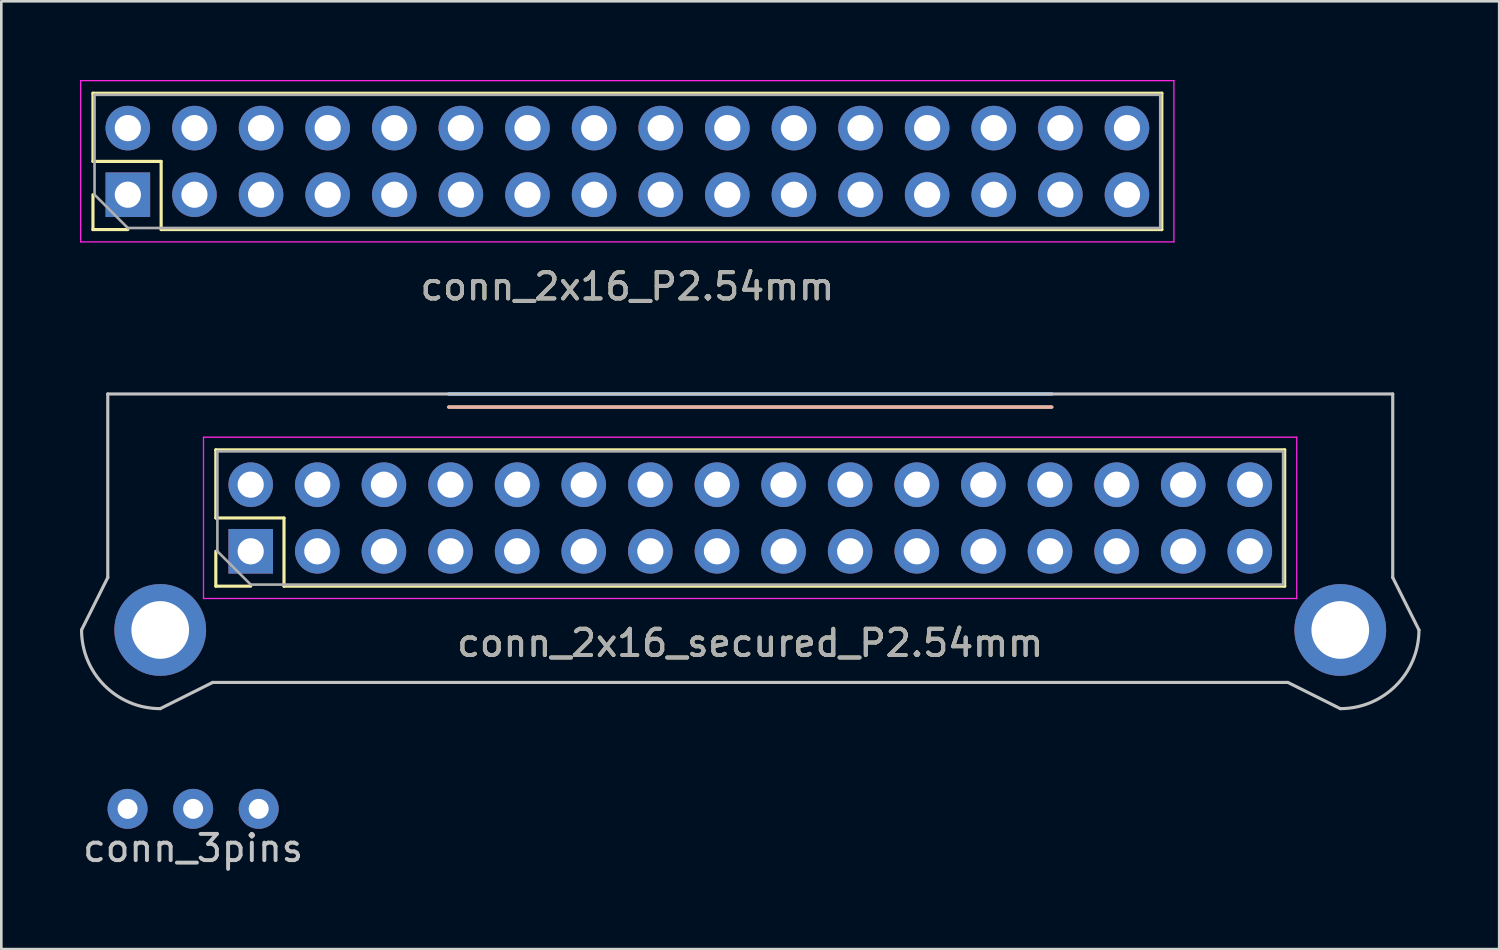
<source format=kicad_pcb>
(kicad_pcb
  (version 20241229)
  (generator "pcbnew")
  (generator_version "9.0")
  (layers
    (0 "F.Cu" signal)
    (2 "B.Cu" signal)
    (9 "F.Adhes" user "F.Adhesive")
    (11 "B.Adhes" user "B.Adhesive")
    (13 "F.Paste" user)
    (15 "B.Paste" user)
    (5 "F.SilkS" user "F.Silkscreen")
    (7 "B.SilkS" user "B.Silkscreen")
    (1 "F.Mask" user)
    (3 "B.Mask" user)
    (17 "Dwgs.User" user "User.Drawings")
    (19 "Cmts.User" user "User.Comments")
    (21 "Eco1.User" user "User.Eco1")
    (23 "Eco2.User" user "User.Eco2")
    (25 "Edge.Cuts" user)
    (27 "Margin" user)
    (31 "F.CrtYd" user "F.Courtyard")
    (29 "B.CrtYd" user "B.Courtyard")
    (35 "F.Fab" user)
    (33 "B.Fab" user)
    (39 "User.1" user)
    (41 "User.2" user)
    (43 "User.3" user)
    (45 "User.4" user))
  (footprint "conn_2x16_secured_P2.54mm"
    (layer "F.Cu")
    (at 25.56 11.973)
    (property "Reference" "conn_2x16_secured_P2.54mm" (at 0 9.5 0) (layer "F.SilkS") (effects (font (size 1 1) (thickness 0.15))))
    (attr through_hole)
    (fp_line (start -20.38 2.13) (end 20.38 2.13) (stroke (width 0.12) (type solid)) (layer "F.SilkS"))
    (fp_line (start -20.38 4.73) (end -20.38 2.13) (stroke (width 0.12) (type solid)) (layer "F.SilkS"))
    (fp_line (start -20.38 7.33) (end -20.38 6) (stroke (width 0.12) (type solid)) (layer "F.SilkS"))
    (fp_line (start -19.05 7.33) (end -20.38 7.33) (stroke (width 0.12) (type solid)) (layer "F.SilkS"))
    (fp_line (start -17.78 4.73) (end -20.38 4.73) (stroke (width 0.12) (type solid)) (layer "F.SilkS"))
    (fp_line (start -17.78 7.33) (end -17.78 4.73) (stroke (width 0.12) (type solid)) (layer "F.SilkS"))
    (fp_line (start -17.78 7.33) (end 20.38 7.33) (stroke (width 0.12) (type solid)) (layer "F.SilkS"))
    (fp_line (start -11.5 0.5) (end 11.5 0.5) (stroke (width 0.12) (type solid)) (layer "F.SilkS"))
    (fp_line (start 20.38 7.33) (end 20.38 2.13) (stroke (width 0.12) (type solid)) (layer "F.SilkS"))
    (fp_line (start -11.5 0.5) (end 11.5 0.5) (stroke (width 0.12) (type solid)) (layer "B.SilkS"))
    (fp_line (start -25.5 9) (end -24.5 7) (stroke (width 0.12) (type solid)) (layer "Dwgs.User"))
    (fp_line (start -24.5 7) (end -24.5 0) (stroke (width 0.12) (type solid)) (layer "Dwgs.User"))
    (fp_line (start -22.5 12) (end -20.5 11) (stroke (width 0.12) (type solid)) (layer "Dwgs.User"))
    (fp_line (start -20.5 11) (end 20.5 11) (stroke (width 0.12) (type solid)) (layer "Dwgs.User"))
    (fp_line (start 20.5 11) (end 22.5 12) (stroke (width 0.12) (type solid)) (layer "Dwgs.User"))
    (fp_line (start 24.5 0) (end -24.5 0) (stroke (width 0.12) (type solid)) (layer "Dwgs.User"))
    (fp_line (start 24.5 7) (end 24.5 0) (stroke (width 0.12) (type solid)) (layer "Dwgs.User"))
    (fp_line (start 24.5 7) (end 25.5 9) (stroke (width 0.12) (type solid)) (layer "Dwgs.User"))
    (fp_arc (start -22.5 12) (mid -24.62132 11.12132) (end -25.5 9) (stroke (width 0.12) (type solid)) (layer "Dwgs.User"))
    (fp_arc (start 25.5 9) (mid 24.62132 11.12132) (end 22.5 12) (stroke (width 0.12) (type solid)) (layer "Dwgs.User"))
    (fp_line (start -11.5 0) (end 11.5 0) (stroke (width 0.12) (type solid)) (layer "B.CrtYd"))
    (fp_line (start -20.85 1.65) (end -20.85 7.8) (stroke (width 0.05) (type solid)) (layer "F.CrtYd"))
    (fp_line (start -20.85 7.8) (end 20.84 7.8) (stroke (width 0.05) (type solid)) (layer "F.CrtYd"))
    (fp_line (start -11.5 0) (end 11.5 0) (stroke (width 0.12) (type solid)) (layer "F.CrtYd"))
    (fp_line (start 20.84 1.65) (end -20.85 1.65) (stroke (width 0.05) (type solid)) (layer "F.CrtYd"))
    (fp_line (start 20.84 7.8) (end 20.84 1.65) (stroke (width 0.05) (type solid)) (layer "F.CrtYd"))
    (fp_line (start -20.32 2.19) (end 20.32 2.19) (stroke (width 0.1) (type solid)) (layer "F.Fab"))
    (fp_line (start -20.32 6) (end -20.32 2.19) (stroke (width 0.1) (type solid)) (layer "F.Fab"))
    (fp_line (start -19.05 7.27) (end -20.32 6) (stroke (width 0.1) (type solid)) (layer "F.Fab"))
    (fp_line (start 20.32 2.19) (end 20.32 7.27) (stroke (width 0.1) (type solid)) (layer "F.Fab"))
    (fp_line (start 20.32 7.27) (end -19.05 7.27) (stroke (width 0.1) (type solid)) (layer "F.Fab"))
    (fp_text user "${REFERENCE}" (at 0 9.5 180) (layer "F.Fab") (effects (font (size 1 1) (thickness 0.15))))
    (pad "" thru_hole circle (at -22.5 9 90) (size 3.5 3.5) (drill 2.2) (layers "*.Cu" "*.Mask"))
    (pad "" thru_hole circle (at 22.5 9 90) (size 3.5 3.5) (drill 2.2) (layers "*.Cu" "*.Mask"))
    (pad "1" thru_hole rect (at -19.05 6 90) (size 1.7 1.7) (drill 1) (layers "*.Cu" "*.Mask"))
    (pad "2" thru_hole oval (at -19.05 3.46 90) (size 1.7 1.7) (drill 1) (layers "*.Cu" "*.Mask"))
    (pad "3" thru_hole oval (at -16.51 6 90) (size 1.7 1.7) (drill 1) (layers "*.Cu" "*.Mask"))
    (pad "4" thru_hole oval (at -16.51 3.46 90) (size 1.7 1.7) (drill 1) (layers "*.Cu" "*.Mask"))
    (pad "5" thru_hole oval (at -13.97 6 90) (size 1.7 1.7) (drill 1) (layers "*.Cu" "*.Mask"))
    (pad "6" thru_hole oval (at -13.97 3.46 90) (size 1.7 1.7) (drill 1) (layers "*.Cu" "*.Mask"))
    (pad "7" thru_hole oval (at -11.43 6 90) (size 1.7 1.7) (drill 1) (layers "*.Cu" "*.Mask"))
    (pad "8" thru_hole oval (at -11.43 3.46 90) (size 1.7 1.7) (drill 1) (layers "*.Cu" "*.Mask"))
    (pad "9" thru_hole oval (at -8.89 6 90) (size 1.7 1.7) (drill 1) (layers "*.Cu" "*.Mask"))
    (pad "10" thru_hole oval (at -8.89 3.46 90) (size 1.7 1.7) (drill 1) (layers "*.Cu" "*.Mask"))
    (pad "11" thru_hole oval (at -6.35 6 90) (size 1.7 1.7) (drill 1) (layers "*.Cu" "*.Mask"))
    (pad "12" thru_hole oval (at -6.35 3.46 90) (size 1.7 1.7) (drill 1) (layers "*.Cu" "*.Mask"))
    (pad "13" thru_hole oval (at -3.81 6 90) (size 1.7 1.7) (drill 1) (layers "*.Cu" "*.Mask"))
    (pad "14" thru_hole oval (at -3.81 3.46 90) (size 1.7 1.7) (drill 1) (layers "*.Cu" "*.Mask"))
    (pad "15" thru_hole oval (at -1.27 6 90) (size 1.7 1.7) (drill 1) (layers "*.Cu" "*.Mask"))
    (pad "16" thru_hole oval (at -1.27 3.46 90) (size 1.7 1.7) (drill 1) (layers "*.Cu" "*.Mask"))
    (pad "17" thru_hole oval (at 1.27 6 90) (size 1.7 1.7) (drill 1) (layers "*.Cu" "*.Mask"))
    (pad "18" thru_hole oval (at 1.27 3.46 90) (size 1.7 1.7) (drill 1) (layers "*.Cu" "*.Mask"))
    (pad "19" thru_hole oval (at 3.81 6 90) (size 1.7 1.7) (drill 1) (layers "*.Cu" "*.Mask"))
    (pad "20" thru_hole oval (at 3.81 3.46 90) (size 1.7 1.7) (drill 1) (layers "*.Cu" "*.Mask"))
    (pad "21" thru_hole oval (at 6.35 6 90) (size 1.7 1.7) (drill 1) (layers "*.Cu" "*.Mask"))
    (pad "22" thru_hole oval (at 6.35 3.46 90) (size 1.7 1.7) (drill 1) (layers "*.Cu" "*.Mask"))
    (pad "23" thru_hole oval (at 8.89 6 90) (size 1.7 1.7) (drill 1) (layers "*.Cu" "*.Mask"))
    (pad "24" thru_hole oval (at 8.89 3.46 90) (size 1.7 1.7) (drill 1) (layers "*.Cu" "*.Mask"))
    (pad "25" thru_hole oval (at 11.43 6 90) (size 1.7 1.7) (drill 1) (layers "*.Cu" "*.Mask"))
    (pad "26" thru_hole oval (at 11.43 3.46 90) (size 1.7 1.7) (drill 1) (layers "*.Cu" "*.Mask"))
    (pad "27" thru_hole oval (at 13.97 6 90) (size 1.7 1.7) (drill 1) (layers "*.Cu" "*.Mask"))
    (pad "28" thru_hole oval (at 13.97 3.46 90) (size 1.7 1.7) (drill 1) (layers "*.Cu" "*.Mask"))
    (pad "29" thru_hole oval (at 16.51 6 90) (size 1.7 1.7) (drill 1) (layers "*.Cu" "*.Mask"))
    (pad "30" thru_hole oval (at 16.51 3.46 90) (size 1.7 1.7) (drill 1) (layers "*.Cu" "*.Mask"))
    (pad "31" thru_hole oval (at 19.05 6 90) (size 1.7 1.7) (drill 1) (layers "*.Cu" "*.Mask"))
    (pad "32" thru_hole oval (at 19.05 3.46 90) (size 1.7 1.7) (drill 1) (layers "*.Cu" "*.Mask")))
  (footprint "conn_2x16_P2.54mm"
    (layer "F.Cu")
    (at 20.875 2.875)
    (property "Reference" "conn_2x16_P2.54mm" (at 0 5 0) (layer "F.SilkS") (effects (font (size 1 1) (thickness 0.15))))
    (attr through_hole)
    (fp_line (start -20.38 -2.37) (end 20.38 -2.37) (stroke (width 0.12) (type solid)) (layer "F.SilkS"))
    (fp_line (start -20.38 0.23) (end -20.38 -2.37) (stroke (width 0.12) (type solid)) (layer "F.SilkS"))
    (fp_line (start -20.38 2.83) (end -20.38 1.5) (stroke (width 0.12) (type solid)) (layer "F.SilkS"))
    (fp_line (start -19.05 2.83) (end -20.38 2.83) (stroke (width 0.12) (type solid)) (layer "F.SilkS"))
    (fp_line (start -17.78 0.23) (end -20.38 0.23) (stroke (width 0.12) (type solid)) (layer "F.SilkS"))
    (fp_line (start -17.78 2.83) (end -17.78 0.23) (stroke (width 0.12) (type solid)) (layer "F.SilkS"))
    (fp_line (start -17.78 2.83) (end 20.38 2.83) (stroke (width 0.12) (type solid)) (layer "F.SilkS"))
    (fp_line (start 20.38 2.83) (end 20.38 -2.37) (stroke (width 0.12) (type solid)) (layer "F.SilkS"))
    (fp_line (start -20.85 -2.85) (end -20.85 3.3) (stroke (width 0.05) (type solid)) (layer "F.CrtYd"))
    (fp_line (start -20.85 3.3) (end 20.84 3.3) (stroke (width 0.05) (type solid)) (layer "F.CrtYd"))
    (fp_line (start 20.84 -2.85) (end -20.85 -2.85) (stroke (width 0.05) (type solid)) (layer "F.CrtYd"))
    (fp_line (start 20.84 3.3) (end 20.84 -2.85) (stroke (width 0.05) (type solid)) (layer "F.CrtYd"))
    (fp_line (start -20.32 -2.31) (end 20.32 -2.31) (stroke (width 0.1) (type solid)) (layer "F.Fab"))
    (fp_line (start -20.32 1.5) (end -20.32 -2.31) (stroke (width 0.1) (type solid)) (layer "F.Fab"))
    (fp_line (start -19.05 2.77) (end -20.32 1.5) (stroke (width 0.1) (type solid)) (layer "F.Fab"))
    (fp_line (start 20.32 -2.31) (end 20.32 2.77) (stroke (width 0.1) (type solid)) (layer "F.Fab"))
    (fp_line (start 20.32 2.77) (end -19.05 2.77) (stroke (width 0.1) (type solid)) (layer "F.Fab"))
    (fp_text user "${REFERENCE}" (at 0 5 180) (layer "F.Fab") (effects (font (size 1 1) (thickness 0.15))))
    (pad "1" thru_hole rect (at -19.05 1.5 90) (size 1.7 1.7) (drill 1) (layers "*.Cu" "*.Mask"))
    (pad "2" thru_hole oval (at -19.05 -1.04 90) (size 1.7 1.7) (drill 1) (layers "*.Cu" "*.Mask"))
    (pad "3" thru_hole oval (at -16.51 1.5 90) (size 1.7 1.7) (drill 1) (layers "*.Cu" "*.Mask"))
    (pad "4" thru_hole oval (at -16.51 -1.04 90) (size 1.7 1.7) (drill 1) (layers "*.Cu" "*.Mask"))
    (pad "5" thru_hole oval (at -13.97 1.5 90) (size 1.7 1.7) (drill 1) (layers "*.Cu" "*.Mask"))
    (pad "6" thru_hole oval (at -13.97 -1.04 90) (size 1.7 1.7) (drill 1) (layers "*.Cu" "*.Mask"))
    (pad "7" thru_hole oval (at -11.43 1.5 90) (size 1.7 1.7) (drill 1) (layers "*.Cu" "*.Mask"))
    (pad "8" thru_hole oval (at -11.43 -1.04 90) (size 1.7 1.7) (drill 1) (layers "*.Cu" "*.Mask"))
    (pad "9" thru_hole oval (at -8.89 1.5 90) (size 1.7 1.7) (drill 1) (layers "*.Cu" "*.Mask"))
    (pad "10" thru_hole oval (at -8.89 -1.04 90) (size 1.7 1.7) (drill 1) (layers "*.Cu" "*.Mask"))
    (pad "11" thru_hole oval (at -6.35 1.5 90) (size 1.7 1.7) (drill 1) (layers "*.Cu" "*.Mask"))
    (pad "12" thru_hole oval (at -6.35 -1.04 90) (size 1.7 1.7) (drill 1) (layers "*.Cu" "*.Mask"))
    (pad "13" thru_hole oval (at -3.81 1.5 90) (size 1.7 1.7) (drill 1) (layers "*.Cu" "*.Mask"))
    (pad "14" thru_hole oval (at -3.81 -1.04 90) (size 1.7 1.7) (drill 1) (layers "*.Cu" "*.Mask"))
    (pad "15" thru_hole oval (at -1.27 1.5 90) (size 1.7 1.7) (drill 1) (layers "*.Cu" "*.Mask"))
    (pad "16" thru_hole oval (at -1.27 -1.04 90) (size 1.7 1.7) (drill 1) (layers "*.Cu" "*.Mask"))
    (pad "17" thru_hole oval (at 1.27 1.5 90) (size 1.7 1.7) (drill 1) (layers "*.Cu" "*.Mask"))
    (pad "18" thru_hole oval (at 1.27 -1.04 90) (size 1.7 1.7) (drill 1) (layers "*.Cu" "*.Mask"))
    (pad "19" thru_hole oval (at 3.81 1.5 90) (size 1.7 1.7) (drill 1) (layers "*.Cu" "*.Mask"))
    (pad "20" thru_hole oval (at 3.81 -1.04 90) (size 1.7 1.7) (drill 1) (layers "*.Cu" "*.Mask"))
    (pad "21" thru_hole oval (at 6.35 1.5 90) (size 1.7 1.7) (drill 1) (layers "*.Cu" "*.Mask"))
    (pad "22" thru_hole oval (at 6.35 -1.04 90) (size 1.7 1.7) (drill 1) (layers "*.Cu" "*.Mask"))
    (pad "23" thru_hole oval (at 8.89 1.5 90) (size 1.7 1.7) (drill 1) (layers "*.Cu" "*.Mask"))
    (pad "24" thru_hole oval (at 8.89 -1.04 90) (size 1.7 1.7) (drill 1) (layers "*.Cu" "*.Mask"))
    (pad "25" thru_hole oval (at 11.43 1.5 90) (size 1.7 1.7) (drill 1) (layers "*.Cu" "*.Mask"))
    (pad "26" thru_hole oval (at 11.43 -1.04 90) (size 1.7 1.7) (drill 1) (layers "*.Cu" "*.Mask"))
    (pad "27" thru_hole oval (at 13.97 1.5 90) (size 1.7 1.7) (drill 1) (layers "*.Cu" "*.Mask"))
    (pad "28" thru_hole oval (at 13.97 -1.04 90) (size 1.7 1.7) (drill 1) (layers "*.Cu" "*.Mask"))
    (pad "29" thru_hole oval (at 16.51 1.5 90) (size 1.7 1.7) (drill 1) (layers "*.Cu" "*.Mask"))
    (pad "30" thru_hole oval (at 16.51 -1.04 90) (size 1.7 1.7) (drill 1) (layers "*.Cu" "*.Mask"))
    (pad "31" thru_hole oval (at 19.05 1.5 90) (size 1.7 1.7) (drill 1) (layers "*.Cu" "*.Mask"))
    (pad "32" thru_hole oval (at 19.05 -1.04 90) (size 1.7 1.7) (drill 1) (layers "*.Cu" "*.Mask")))
  (footprint "conn_3pins"
    (layer "F.Cu")
    (at 4.315 27.795)
    (property "Reference" "conn_3pins" (at 0 1.5 0) (layer "Dwgs.User") (effects (font (size 1 1) (thickness 0.15))))
    (attr through_hole)
    (pad "1" thru_hole circle (at -2.5 0) (size 1.524 1.524) (drill 0.762) (layers "*.Cu" "*.Mask"))
    (pad "2" thru_hole circle (at 0 0) (size 1.524 1.524) (drill 0.762) (layers "*.Cu" "*.Mask"))
    (pad "3" thru_hole circle (at 2.5 0) (size 1.524 1.524) (drill 0.762) (layers "*.Cu" "*.Mask")))
  (gr_rect
    (start -3 -3)
    (end 54.12 33.144)
    (stroke (width 0.1) (type default))
    (fill no)
    (layer "Edge.Cuts")))
</source>
